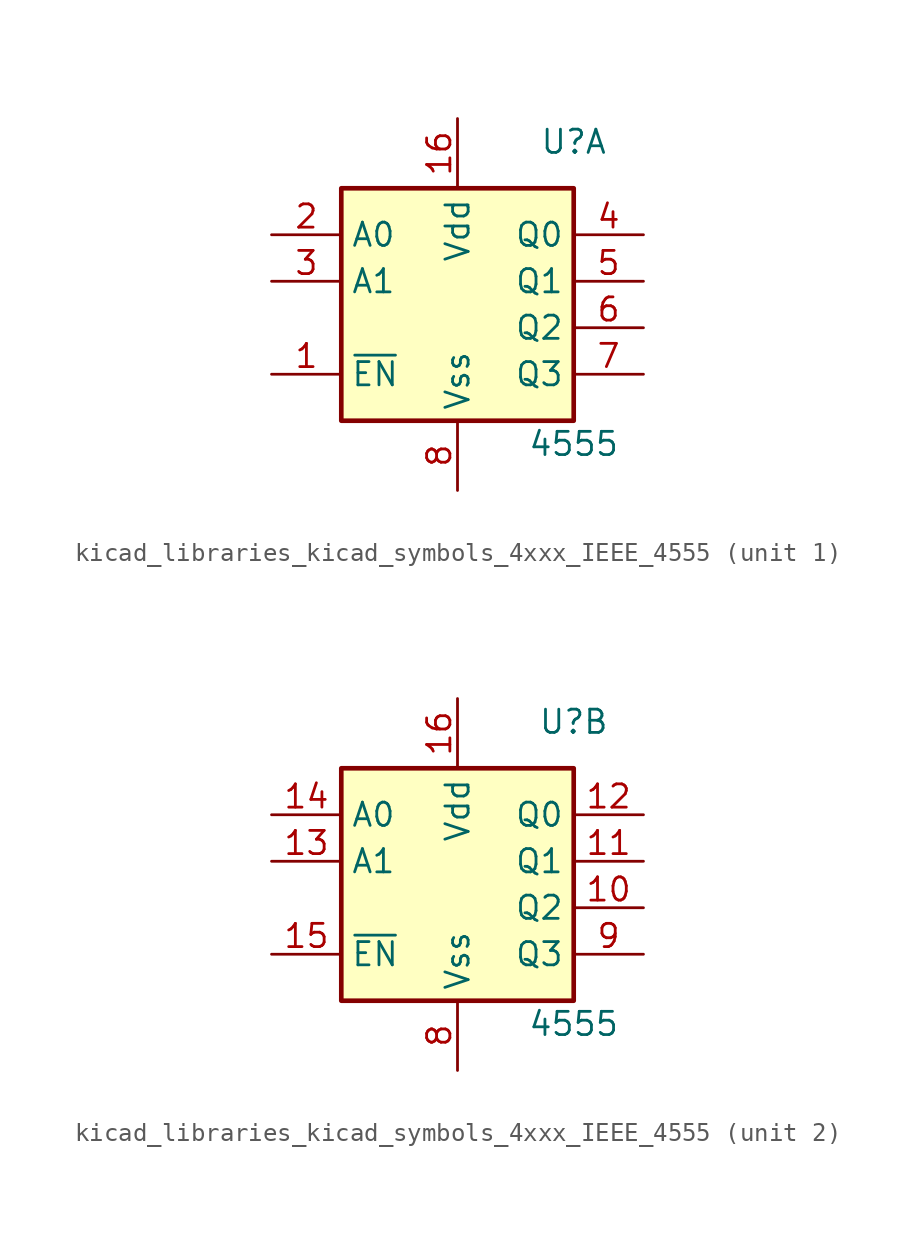
<source format=kicad_sym>
(kicad_symbol_lib
  (version 20220914)
  (generator kicad_symbol_editor)
  (symbol "kicad_libraries_kicad_symbols_4xxx_IEEE_4555"
    (property "Reference" "U"
      (at 6.35 8.89 0)
      (effects (font (size 1.27 1.27))))
    (property "Value" "4555"
      (at 6.35 -7.62 0)
      (effects (font (size 1.27 1.27))))
    (symbol "kicad_libraries_kicad_symbols_4xxx_IEEE_4555_0_1"
      (rectangle (start -6.35 6.35) (end 6.35 -6.35) (stroke (width 0.254) (type default)) (fill (type background)))
      (pin power_in line (at 0 10.16 270) (length 3.81) (name "Vdd" (effects (font (size 1.27 1.27)))) (number "16" (effects (font (size 1.27 1.27)))))
      (pin power_in line (at 0 -10.16 90) (length 3.81) (name "Vss" (effects (font (size 1.27 1.27)))) (number "8" (effects (font (size 1.27 1.27))))))
    (symbol "kicad_libraries_kicad_symbols_4xxx_IEEE_4555_1_1"
      (pin input line (at -10.16 -3.81 0) (length 3.81) (name "~{EN}" (effects (font (size 1.27 1.27)))) (number "1" (effects (font (size 1.27 1.27)))))
      (pin input line (at -10.16 3.81 0) (length 3.81) (name "A0" (effects (font (size 1.27 1.27)))) (number "2" (effects (font (size 1.27 1.27)))))
      (pin input line (at -10.16 1.27 0) (length 3.81) (name "A1" (effects (font (size 1.27 1.27)))) (number "3" (effects (font (size 1.27 1.27)))))
      (pin output line (at 10.16 3.81 180) (length 3.81) (name "Q0" (effects (font (size 1.27 1.27)))) (number "4" (effects (font (size 1.27 1.27)))))
      (pin output line (at 10.16 1.27 180) (length 3.81) (name "Q1" (effects (font (size 1.27 1.27)))) (number "5" (effects (font (size 1.27 1.27)))))
      (pin output line (at 10.16 -1.27 180) (length 3.81) (name "Q2" (effects (font (size 1.27 1.27)))) (number "6" (effects (font (size 1.27 1.27)))))
      (pin output line (at 10.16 -3.81 180) (length 3.81) (name "Q3" (effects (font (size 1.27 1.27)))) (number "7" (effects (font (size 1.27 1.27))))))
    (symbol "kicad_libraries_kicad_symbols_4xxx_IEEE_4555_2_1"
      (pin output line (at 10.16 -1.27 180) (length 3.81) (name "Q2" (effects (font (size 1.27 1.27)))) (number "10" (effects (font (size 1.27 1.27)))))
      (pin output line (at 10.16 1.27 180) (length 3.81) (name "Q1" (effects (font (size 1.27 1.27)))) (number "11" (effects (font (size 1.27 1.27)))))
      (pin output line (at 10.16 3.81 180) (length 3.81) (name "Q0" (effects (font (size 1.27 1.27)))) (number "12" (effects (font (size 1.27 1.27)))))
      (pin input line (at -10.16 1.27 0) (length 3.81) (name "A1" (effects (font (size 1.27 1.27)))) (number "13" (effects (font (size 1.27 1.27)))))
      (pin input line (at -10.16 3.81 0) (length 3.81) (name "A0" (effects (font (size 1.27 1.27)))) (number "14" (effects (font (size 1.27 1.27)))))
      (pin input line (at -10.16 -3.81 0) (length 3.81) (name "~{EN}" (effects (font (size 1.27 1.27)))) (number "15" (effects (font (size 1.27 1.27)))))
      (pin output line (at 10.16 -3.81 180) (length 3.81) (name "Q3" (effects (font (size 1.27 1.27)))) (number "9" (effects (font (size 1.27 1.27))))))))
</source>
